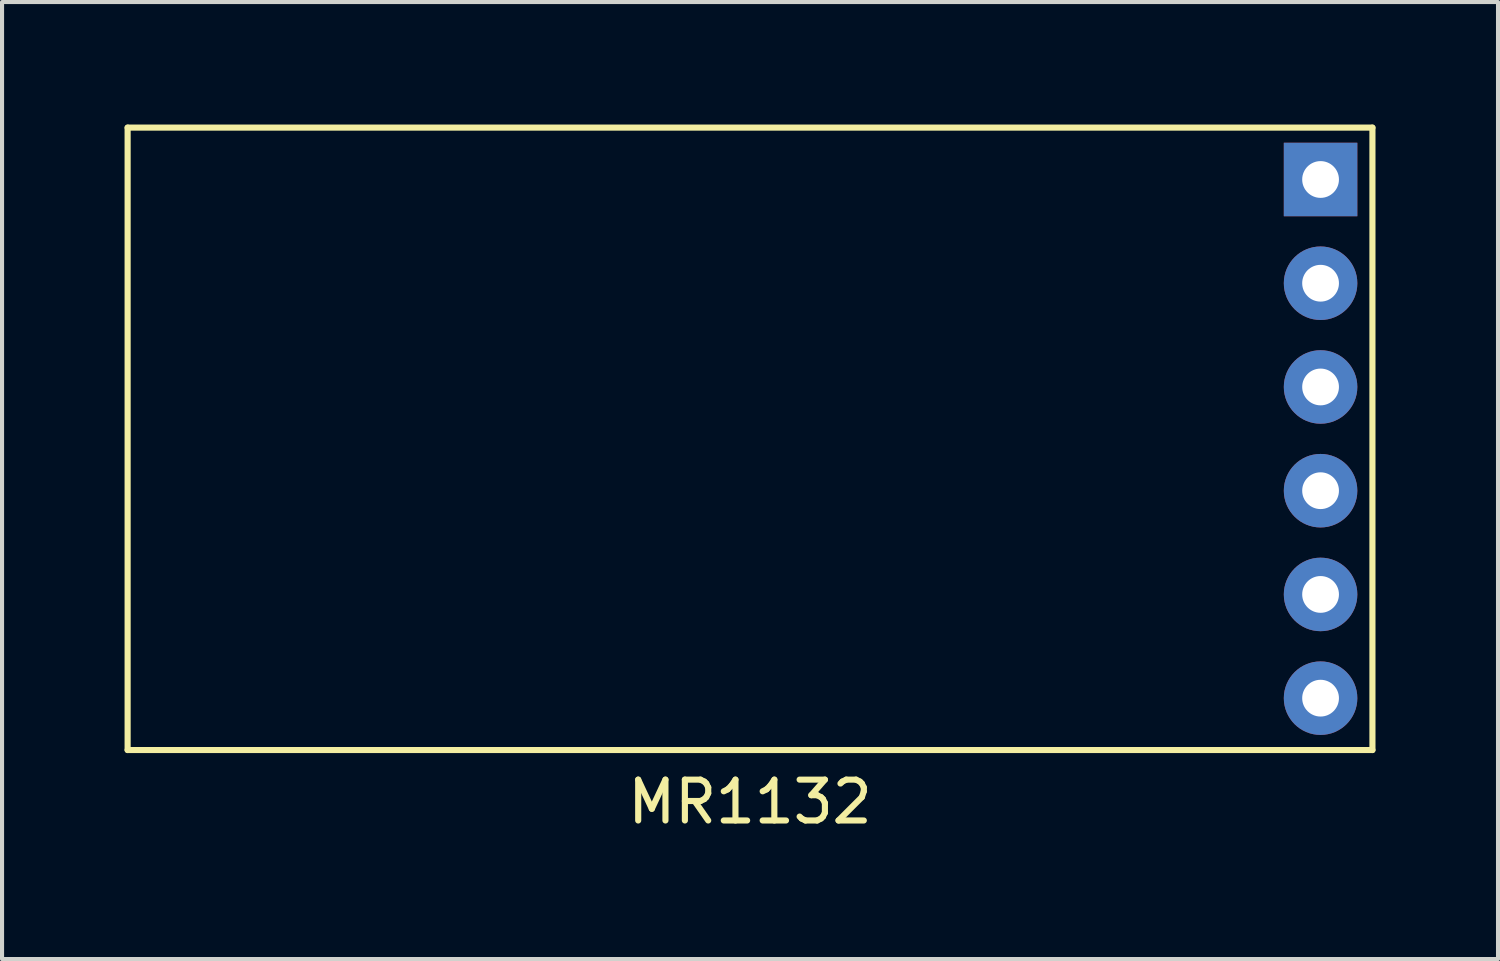
<source format=kicad_pcb>
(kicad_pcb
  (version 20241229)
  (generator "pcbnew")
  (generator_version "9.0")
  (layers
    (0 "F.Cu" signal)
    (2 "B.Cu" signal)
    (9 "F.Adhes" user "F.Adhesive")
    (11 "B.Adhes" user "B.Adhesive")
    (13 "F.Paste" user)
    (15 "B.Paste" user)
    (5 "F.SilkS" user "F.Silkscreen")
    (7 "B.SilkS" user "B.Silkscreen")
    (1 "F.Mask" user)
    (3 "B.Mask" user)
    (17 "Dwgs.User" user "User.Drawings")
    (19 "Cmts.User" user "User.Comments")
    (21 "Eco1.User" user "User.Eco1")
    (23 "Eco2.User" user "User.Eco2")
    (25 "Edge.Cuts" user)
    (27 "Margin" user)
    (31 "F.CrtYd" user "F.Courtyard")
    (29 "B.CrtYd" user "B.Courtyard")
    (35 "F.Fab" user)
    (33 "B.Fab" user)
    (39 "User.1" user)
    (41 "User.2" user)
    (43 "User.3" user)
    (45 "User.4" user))
  (footprint "MR1132"
    (layer "F.Cu")
    (at 26.745 6.425)
    (property "Reference" "MR1132" (at -11.43 10.16 0) (layer "F.SilkS") (effects (font (size 1 1) (thickness 0.15))))
    (attr through_hole)
    (fp_line (start -26.67 -6.35) (end -26.67 8.89) (stroke (width 0.15) (type solid)) (layer "F.SilkS"))
    (fp_line (start -26.67 8.89) (end 3.81 8.89) (stroke (width 0.15) (type solid)) (layer "F.SilkS"))
    (fp_line (start 3.81 -6.35) (end -26.67 -6.35) (stroke (width 0.15) (type solid)) (layer "F.SilkS"))
    (fp_line (start 3.81 8.89) (end 3.81 -6.35) (stroke (width 0.15) (type solid)) (layer "F.SilkS"))
    (pad "1" thru_hole rect (at 2.54 -5.08) (size 1.8 1.8) (drill 0.9) (layers "*.Cu" "*.Mask"))
    (pad "2" thru_hole circle (at 2.54 -2.54) (size 1.8 1.8) (drill 0.9) (layers "*.Cu" "*.Mask"))
    (pad "3" thru_hole circle (at 2.54 0) (size 1.8 1.8) (drill 0.9) (layers "*.Cu" "*.Mask"))
    (pad "4" thru_hole circle (at 2.54 2.54) (size 1.8 1.8) (drill 0.9) (layers "*.Cu" "*.Mask"))
    (pad "5" thru_hole circle (at 2.54 5.08) (size 1.8 1.8) (drill 0.9) (layers "*.Cu" "*.Mask"))
    (pad "6" thru_hole circle (at 2.54 7.62) (size 1.8 1.8) (drill 0.9) (layers "*.Cu" "*.Mask")))
  (gr_rect
    (start -3 -3)
    (end 33.63 20.433)
    (stroke (width 0.1) (type default))
    (fill no)
    (layer "Edge.Cuts")))
</source>
